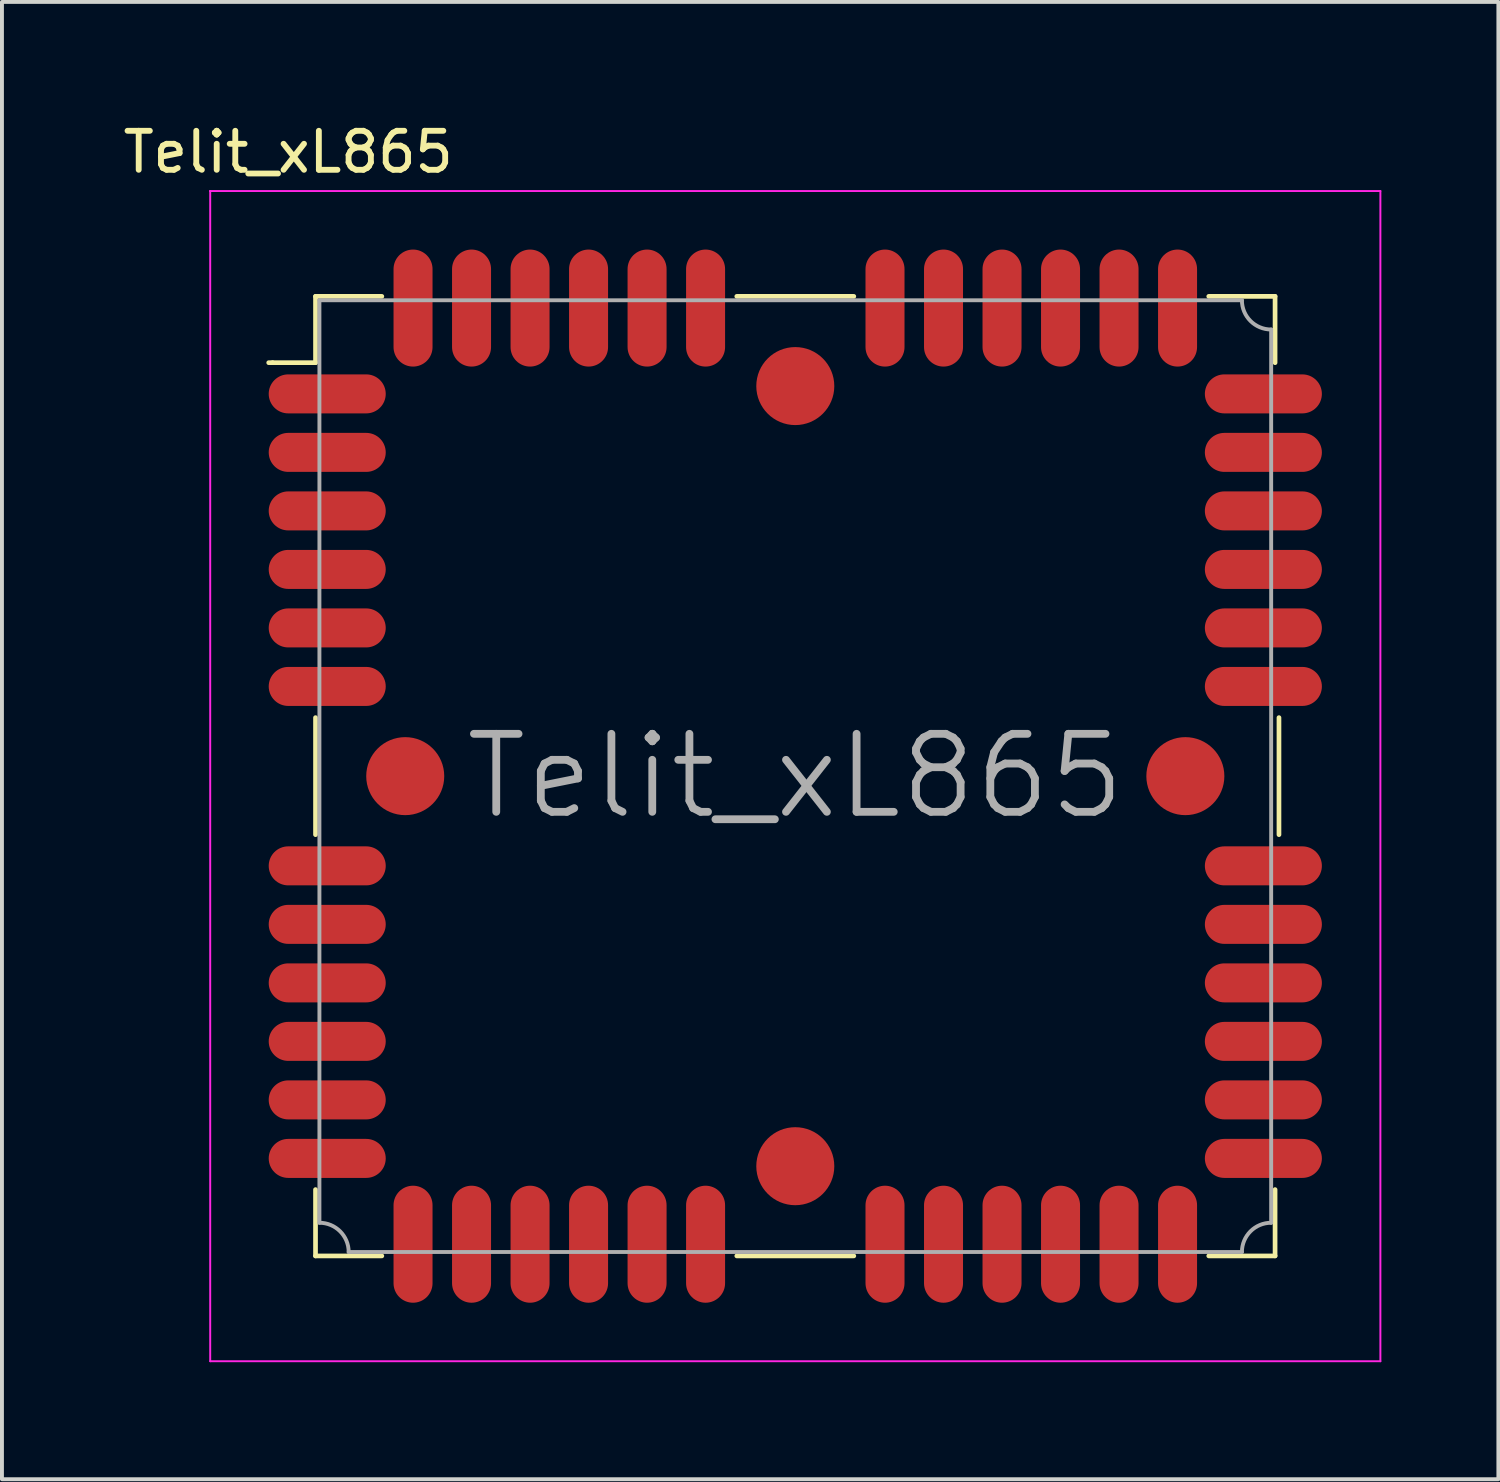
<source format=kicad_pcb>
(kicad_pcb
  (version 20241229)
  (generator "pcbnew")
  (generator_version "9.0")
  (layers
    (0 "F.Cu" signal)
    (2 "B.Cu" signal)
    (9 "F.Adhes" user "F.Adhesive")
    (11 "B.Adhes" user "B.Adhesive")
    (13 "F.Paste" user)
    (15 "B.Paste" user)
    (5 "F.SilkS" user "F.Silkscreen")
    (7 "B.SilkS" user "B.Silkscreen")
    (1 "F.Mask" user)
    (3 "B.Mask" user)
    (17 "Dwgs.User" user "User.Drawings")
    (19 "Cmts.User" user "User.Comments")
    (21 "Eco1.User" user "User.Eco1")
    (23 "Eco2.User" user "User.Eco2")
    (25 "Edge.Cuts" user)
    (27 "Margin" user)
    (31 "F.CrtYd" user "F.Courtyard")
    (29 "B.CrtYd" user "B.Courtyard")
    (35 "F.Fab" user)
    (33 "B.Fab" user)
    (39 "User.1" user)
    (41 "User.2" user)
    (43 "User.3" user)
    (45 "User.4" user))
  (footprint "Telit_xL865"
    (layer "F.Cu")
    (at 17.339 16.848)
    (property "Reference" "Telit_xL865" (at -13 -16 0) (layer "F.SilkS") (effects (font (size 1 1) (thickness 0.15))))
    (attr smd)
    (fp_line (start -13.5 -10.6) (end -13.4 -10.6) (stroke (width 0.12) (type solid)) (layer "F.SilkS"))
    (fp_line (start -12.3 -12.3) (end -12.3 -10.6) (stroke (width 0.12) (type solid)) (layer "F.SilkS"))
    (fp_line (start -12.3 -10.6) (end -13.4 -10.6) (stroke (width 0.12) (type solid)) (layer "F.SilkS"))
    (fp_line (start -12.3 -1.5) (end -12.3 1.5) (stroke (width 0.12) (type solid)) (layer "F.SilkS"))
    (fp_line (start -12.3 12.3) (end -12.3 10.6) (stroke (width 0.12) (type solid)) (layer "F.SilkS"))
    (fp_line (start -10.6 -12.3) (end -12.3 -12.3) (stroke (width 0.12) (type solid)) (layer "F.SilkS"))
    (fp_line (start -10.6 12.3) (end -12.3 12.3) (stroke (width 0.12) (type solid)) (layer "F.SilkS"))
    (fp_line (start -1.5 -12.3) (end 1.5 -12.3) (stroke (width 0.12) (type solid)) (layer "F.SilkS"))
    (fp_line (start 1.5 12.3) (end -1.5 12.3) (stroke (width 0.12) (type solid)) (layer "F.SilkS"))
    (fp_line (start 10.6 -12.3) (end 12.3 -12.3) (stroke (width 0.12) (type solid)) (layer "F.SilkS"))
    (fp_line (start 12.3 -12.3) (end 12.3 -10.6) (stroke (width 0.12) (type solid)) (layer "F.SilkS"))
    (fp_line (start 12.3 10.6) (end 12.3 12.3) (stroke (width 0.12) (type solid)) (layer "F.SilkS"))
    (fp_line (start 12.3 12.3) (end 10.6 12.3) (stroke (width 0.12) (type solid)) (layer "F.SilkS"))
    (fp_line (start 12.4 -1.5) (end 12.4 1.5) (stroke (width 0.12) (type solid)) (layer "F.SilkS"))
    (fp_line (start -15 -15) (end -15 -15) (stroke (width 0.05) (type solid)) (layer "F.CrtYd"))
    (fp_line (start -15 -15) (end 15 -15) (stroke (width 0.05) (type solid)) (layer "F.CrtYd"))
    (fp_line (start -15 15) (end -15 -15) (stroke (width 0.05) (type solid)) (layer "F.CrtYd"))
    (fp_line (start 15 -15) (end 15 15) (stroke (width 0.05) (type solid)) (layer "F.CrtYd"))
    (fp_line (start 15 15) (end -15 15) (stroke (width 0.05) (type solid)) (layer "F.CrtYd"))
    (fp_line (start -12.2 -12.2) (end 11.45 -12.2) (stroke (width 0.1) (type solid)) (layer "F.Fab"))
    (fp_line (start -12.2 11.45) (end -12.2 -12.2) (stroke (width 0.1) (type solid)) (layer "F.Fab"))
    (fp_line (start -11.45 12.2) (end 11.45 12.2) (stroke (width 0.1) (type solid)) (layer "F.Fab"))
    (fp_line (start 12.2 11.45) (end 12.2 -11.45) (stroke (width 0.1) (type solid)) (layer "F.Fab"))
    (fp_arc (start -12.2 11.45) (mid -11.66967 11.66967) (end -11.45 12.2) (stroke (width 0.1) (type solid)) (layer "F.Fab"))
    (fp_arc (start 11.45 12.2) (mid 11.66967 11.66967) (end 12.2 11.45) (stroke (width 0.1) (type solid)) (layer "F.Fab"))
    (fp_arc (start 12.2 -11.45) (mid 11.66967 -11.66967) (end 11.45 -12.2) (stroke (width 0.1) (type solid)) (layer "F.Fab"))
    (fp_text user "${REFERENCE}" (at 0 0 0) (layer "F.Fab") (effects (font (size 2 2) (thickness 0.2))))
    (pad "" smd circle (at -10 0 90) (size 2 2) (layers "F.Cu" "F.Mask" "F.Paste"))
    (pad "" smd circle (at 0 -10 90) (size 2 2) (layers "F.Cu" "F.Mask" "F.Paste"))
    (pad "" smd circle (at 0 10 90) (size 2 2) (layers "F.Cu" "F.Mask" "F.Paste"))
    (pad "" smd circle (at 10 0 90) (size 2 2) (layers "F.Cu" "F.Mask" "F.Paste"))
    (pad "1" smd oval (at -12 -9.8 90) (size 1 3) (layers "F.Cu" "F.Mask" "F.Paste"))
    (pad "2" smd oval (at -12 -8.3 90) (size 1 3) (layers "F.Cu" "F.Mask" "F.Paste"))
    (pad "3" smd oval (at -12 -6.8 90) (size 1 3) (layers "F.Cu" "F.Mask" "F.Paste"))
    (pad "4" smd oval (at -12 -5.3 90) (size 1 3) (layers "F.Cu" "F.Mask" "F.Paste"))
    (pad "5" smd oval (at -12 -3.8 90) (size 1 3) (layers "F.Cu" "F.Mask" "F.Paste"))
    (pad "6" smd oval (at -12 -2.3 90) (size 1 3) (layers "F.Cu" "F.Mask" "F.Paste"))
    (pad "7" smd oval (at -12 2.3 90) (size 1 3) (layers "F.Cu" "F.Mask" "F.Paste"))
    (pad "8" smd oval (at -12 3.8 90) (size 1 3) (layers "F.Cu" "F.Mask" "F.Paste"))
    (pad "9" smd oval (at -12 5.3 90) (size 1 3) (layers "F.Cu" "F.Mask" "F.Paste"))
    (pad "10" smd oval (at -12 6.8 90) (size 1 3) (layers "F.Cu" "F.Mask" "F.Paste"))
    (pad "11" smd oval (at -12 8.3 90) (size 1 3) (layers "F.Cu" "F.Mask" "F.Paste"))
    (pad "12" smd oval (at -12 9.8 90) (size 1 3) (layers "F.Cu" "F.Mask" "F.Paste"))
    (pad "13" smd oval (at -9.8 12) (size 1 3) (layers "F.Cu" "F.Mask" "F.Paste"))
    (pad "14" smd oval (at -8.3 12) (size 1 3) (layers "F.Cu" "F.Mask" "F.Paste"))
    (pad "15" smd oval (at -6.8 12) (size 1 3) (layers "F.Cu" "F.Mask" "F.Paste"))
    (pad "16" smd oval (at -5.3 12) (size 1 3) (layers "F.Cu" "F.Mask" "F.Paste"))
    (pad "17" smd oval (at -3.8 12) (size 1 3) (layers "F.Cu" "F.Mask" "F.Paste"))
    (pad "18" smd oval (at -2.3 12) (size 1 3) (layers "F.Cu" "F.Mask" "F.Paste"))
    (pad "19" smd oval (at 2.3 12) (size 1 3) (layers "F.Cu" "F.Mask" "F.Paste"))
    (pad "20" smd oval (at 3.8 12) (size 1 3) (layers "F.Cu" "F.Mask" "F.Paste"))
    (pad "21" smd oval (at 5.3 12) (size 1 3) (layers "F.Cu" "F.Mask" "F.Paste"))
    (pad "22" smd oval (at 6.8 12) (size 1 3) (layers "F.Cu" "F.Mask" "F.Paste"))
    (pad "23" smd oval (at 8.3 12) (size 1 3) (layers "F.Cu" "F.Mask" "F.Paste"))
    (pad "24" smd oval (at 9.8 12) (size 1 3) (layers "F.Cu" "F.Mask" "F.Paste"))
    (pad "25" smd oval (at 12 9.8 90) (size 1 3) (layers "F.Cu" "F.Mask" "F.Paste"))
    (pad "26" smd oval (at 12 8.3 90) (size 1 3) (layers "F.Cu" "F.Mask" "F.Paste"))
    (pad "27" smd oval (at 12 6.8 90) (size 1 3) (layers "F.Cu" "F.Mask" "F.Paste"))
    (pad "28" smd oval (at 12 5.3 90) (size 1 3) (layers "F.Cu" "F.Mask" "F.Paste"))
    (pad "29" smd oval (at 12 3.8 90) (size 1 3) (layers "F.Cu" "F.Mask" "F.Paste"))
    (pad "30" smd oval (at 12 2.3 90) (size 1 3) (layers "F.Cu" "F.Mask" "F.Paste"))
    (pad "31" smd oval (at 12 -2.3 90) (size 1 3) (layers "F.Cu" "F.Mask" "F.Paste"))
    (pad "32" smd oval (at 12 -3.8 90) (size 1 3) (layers "F.Cu" "F.Mask" "F.Paste"))
    (pad "33" smd oval (at 12 -5.3 90) (size 1 3) (layers "F.Cu" "F.Mask" "F.Paste"))
    (pad "34" smd oval (at 12 -6.8 90) (size 1 3) (layers "F.Cu" "F.Mask" "F.Paste"))
    (pad "35" smd oval (at 12 -8.3 90) (size 1 3) (layers "F.Cu" "F.Mask" "F.Paste"))
    (pad "36" smd oval (at 12 -9.8 90) (size 1 3) (layers "F.Cu" "F.Mask" "F.Paste"))
    (pad "37" smd oval (at 9.8 -12) (size 1 3) (layers "F.Cu" "F.Mask" "F.Paste"))
    (pad "38" smd oval (at 8.3 -12) (size 1 3) (layers "F.Cu" "F.Mask" "F.Paste"))
    (pad "39" smd oval (at 6.8 -12) (size 1 3) (layers "F.Cu" "F.Mask" "F.Paste"))
    (pad "40" smd oval (at 5.3 -12) (size 1 3) (layers "F.Cu" "F.Mask" "F.Paste"))
    (pad "41" smd oval (at 3.8 -12) (size 1 3) (layers "F.Cu" "F.Mask" "F.Paste"))
    (pad "42" smd oval (at 2.3 -12) (size 1 3) (layers "F.Cu" "F.Mask" "F.Paste"))
    (pad "43" smd oval (at -2.3 -12) (size 1 3) (layers "F.Cu" "F.Mask" "F.Paste"))
    (pad "44" smd oval (at -3.8 -12) (size 1 3) (layers "F.Cu" "F.Mask" "F.Paste"))
    (pad "45" smd oval (at -5.3 -12) (size 1 3) (layers "F.Cu" "F.Mask" "F.Paste"))
    (pad "46" smd oval (at -6.8 -12) (size 1 3) (layers "F.Cu" "F.Mask" "F.Paste"))
    (pad "47" smd oval (at -8.3 -12) (size 1 3) (layers "F.Cu" "F.Mask" "F.Paste"))
    (pad "48" smd oval (at -9.8 -12) (size 1 3) (layers "F.Cu" "F.Mask" "F.Paste")))
  (gr_rect
    (start -3 -3)
    (end 35.364 34.873)
    (stroke (width 0.1) (type default))
    (fill no)
    (layer "Edge.Cuts")))
</source>
